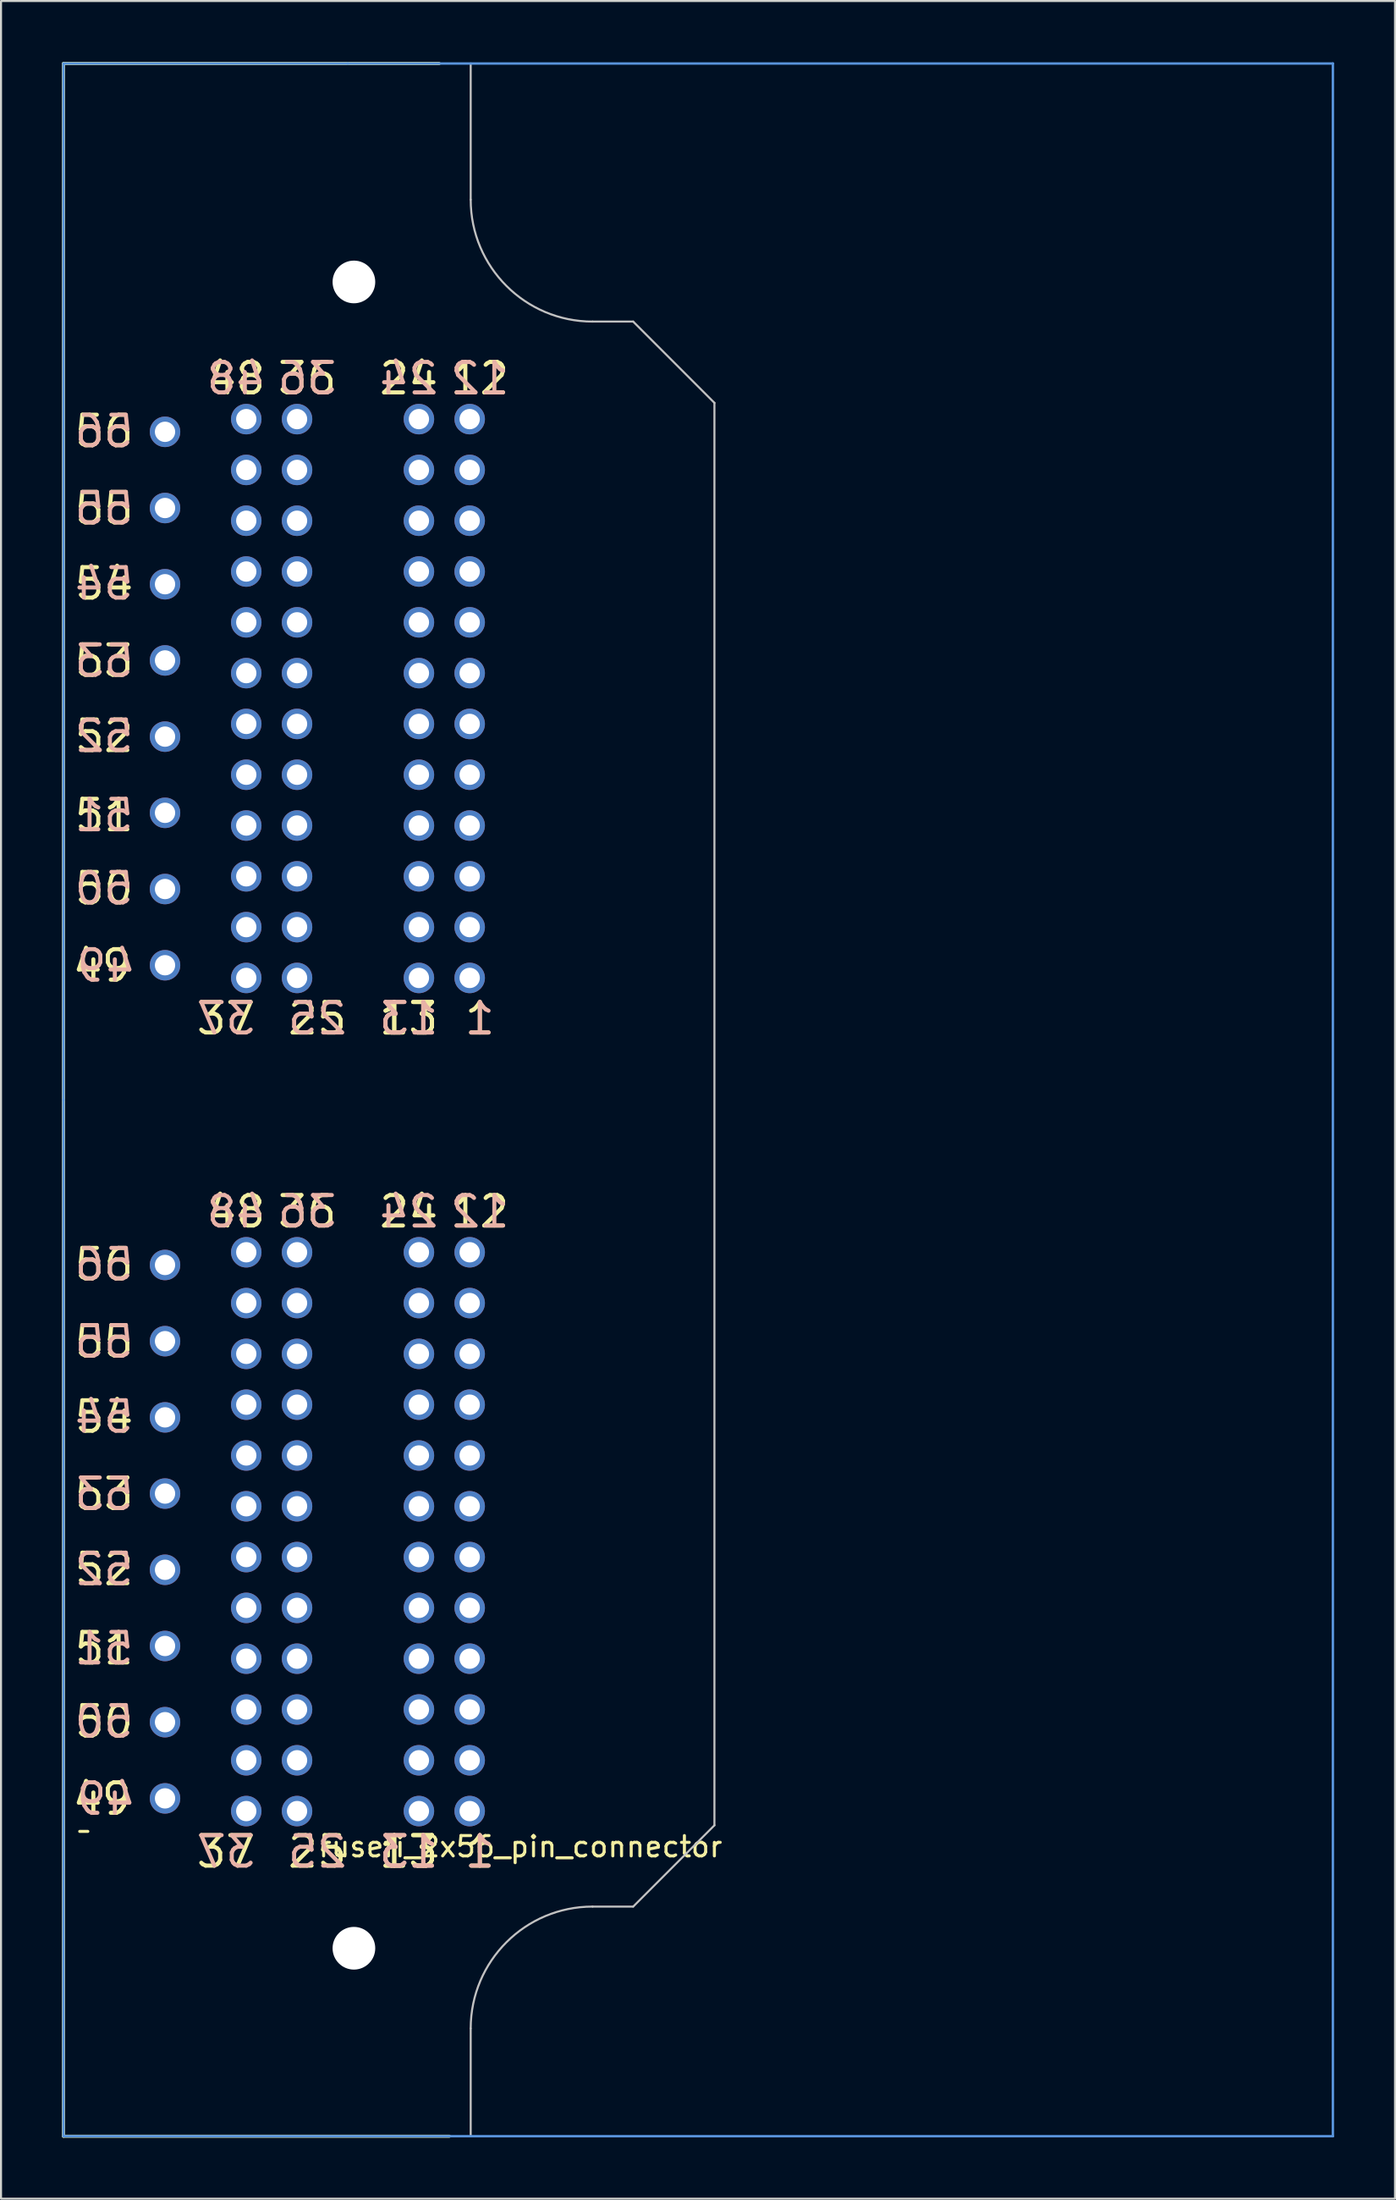
<source format=kicad_pcb>
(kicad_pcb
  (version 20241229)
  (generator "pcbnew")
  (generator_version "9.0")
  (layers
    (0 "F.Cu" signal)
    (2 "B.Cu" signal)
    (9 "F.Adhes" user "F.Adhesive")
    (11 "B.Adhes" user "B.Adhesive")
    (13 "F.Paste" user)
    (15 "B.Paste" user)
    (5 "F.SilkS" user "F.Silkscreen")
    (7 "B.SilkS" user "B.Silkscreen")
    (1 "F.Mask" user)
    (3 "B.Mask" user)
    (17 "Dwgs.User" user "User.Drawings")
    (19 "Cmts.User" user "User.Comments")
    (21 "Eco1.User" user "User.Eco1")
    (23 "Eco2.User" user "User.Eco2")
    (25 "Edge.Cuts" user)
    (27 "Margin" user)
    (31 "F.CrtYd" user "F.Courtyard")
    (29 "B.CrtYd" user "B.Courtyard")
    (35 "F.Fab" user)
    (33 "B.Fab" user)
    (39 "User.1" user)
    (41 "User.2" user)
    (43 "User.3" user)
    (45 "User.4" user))
  (footprint "rusefi_2x56_pin_connector"
    (layer "F.Cu")
    (at 20.075 86.075)
    (property "Reference" "rusefi_2x56_pin_connector" (at 2.5 1.75 0) (layer "F.SilkS") (effects (font (size 1 1) (thickness 0.15))))
    (attr through_hole)
    (fp_line (start -20 -86) (end -20 16) (stroke (width 0.15) (type solid)) (layer "F.SilkS"))
    (fp_line (start -20 16) (end -1 16) (stroke (width 0.15) (type solid)) (layer "F.SilkS"))
    (fp_line (start -19.2 1) (end -18.8 1) (stroke (width 0.15) (type solid)) (layer "F.SilkS"))
    (fp_line (start -1.5 -86) (end -20 -86) (stroke (width 0.15) (type solid)) (layer "F.SilkS"))
    (fp_line (start 0.05 -86) (end 0.05 -79.3) (stroke (width 0.1) (type solid)) (layer "Dwgs.User"))
    (fp_line (start 0.05 16) (end 0.05 10.7) (stroke (width 0.1) (type solid)) (layer "Dwgs.User"))
    (fp_line (start 6.05 -73.3) (end 8.05 -73.3) (stroke (width 0.1) (type solid)) (layer "Dwgs.User"))
    (fp_line (start 6.05 4.7) (end 8.05 4.7) (stroke (width 0.1) (type solid)) (layer "Dwgs.User"))
    (fp_line (start 8.05 -73.3) (end 12.05 -69.3) (stroke (width 0.1) (type solid)) (layer "Dwgs.User"))
    (fp_line (start 8.05 4.7) (end 12.05 0.7) (stroke (width 0.1) (type solid)) (layer "Dwgs.User"))
    (fp_line (start 12.05 -69.3) (end 12.05 0.7) (stroke (width 0.1) (type solid)) (layer "Dwgs.User"))
    (fp_arc (start 0.050009 10.689528) (mid 1.811063 6.453658) (end 6.05 4.7) (stroke (width 0.1) (type solid)) (layer "Dwgs.User"))
    (fp_arc (start 6.05 -73.3) (mid 1.807359 -75.057359) (end 0.05 -79.3) (stroke (width 0.1) (type solid)) (layer "Dwgs.User"))
    (fp_line (start -20 -35) (end -20 -86) (stroke (width 0.12) (type solid)) (layer "Cmts.User"))
    (fp_line (start -20 -35) (end -20 16) (stroke (width 0.12) (type solid)) (layer "Cmts.User"))
    (fp_line (start -6 -86) (end -20 -86) (stroke (width 0.12) (type solid)) (layer "Cmts.User"))
    (fp_line (start -6 -86) (end 42.5 -86) (stroke (width 0.12) (type solid)) (layer "Cmts.User"))
    (fp_line (start 42.5 -86) (end 42.5 16) (stroke (width 0.12) (type solid)) (layer "Cmts.User"))
    (fp_line (start 42.5 16) (end -20 16) (stroke (width 0.12) (type solid)) (layer "Cmts.User"))
    (fp_text user "55" (at -18 -23.1 0) (layer "F.SilkS") (effects (font (size 1.5 1.5) (thickness 0.2))))
    (fp_text user "56" (at -18 -67.9 0) (layer "F.SilkS") (effects (font (size 1.5 1.5) (thickness 0.2))))
    (fp_text user "25" (at -7.5 2 0) (layer "F.SilkS") (effects (font (size 1.5 1.5) (thickness 0.2))))
    (fp_text user "25" (at -7.5 -39 0) (layer "F.SilkS") (effects (font (size 1.5 1.5) (thickness 0.2))))
    (fp_text user "56" (at -18 -26.9 0) (layer "F.SilkS") (effects (font (size 1.5 1.5) (thickness 0.2))))
    (fp_text user "53" (at -18 -56.6 0) (layer "F.SilkS") (effects (font (size 1.5 1.5) (thickness 0.2))))
    (fp_text user "53" (at -18 -15.6 0) (layer "F.SilkS") (effects (font (size 1.5 1.5) (thickness 0.2))))
    (fp_text user "1" (at 0.5 -39 0) (layer "F.SilkS") (effects (font (size 1.5 1.5) (thickness 0.2))))
    (fp_text user "13" (at -3 2 0) (layer "F.SilkS") (effects (font (size 1.5 1.5) (thickness 0.2))))
    (fp_text user "12" (at 0.5 -70.5 0) (layer "F.SilkS") (effects (font (size 1.5 1.5) (thickness 0.2))))
    (fp_text user "24" (at -3 -29.5 0) (layer "F.SilkS") (effects (font (size 1.5 1.5) (thickness 0.2))))
    (fp_text user "37" (at -12 2 0) (layer "F.SilkS") (effects (font (size 1.5 1.5) (thickness 0.2))))
    (fp_text user "36" (at -8 -29.5 0) (layer "F.SilkS") (effects (font (size 1.5 1.5) (thickness 0.2))))
    (fp_text user "13" (at -3 2 0) (layer "F.SilkS") (effects (font (size 1.5 1.5) (thickness 0.2))))
    (fp_text user "37" (at -12 -39 0) (layer "F.SilkS") (effects (font (size 1.5 1.5) (thickness 0.2))))
    (fp_text user "50" (at -18 -4.4 0) (layer "F.SilkS") (effects (font (size 1.5 1.5) (thickness 0.2))))
    (fp_text user "51" (at -18 -8 0) (layer "F.SilkS") (effects (font (size 1.5 1.5) (thickness 0.2))))
    (fp_text user "54" (at -18 -19.4 0) (layer "F.SilkS") (effects (font (size 1.5 1.5) (thickness 0.2))))
    (fp_text user "48" (at -11.5 -70.5 0) (layer "F.SilkS") (effects (font (size 1.5 1.5) (thickness 0.2))))
    (fp_text user "36" (at -8 -70.5 0) (layer "F.SilkS") (effects (font (size 1.5 1.5) (thickness 0.2))))
    (fp_text user "54" (at -18 -60.4 0) (layer "F.SilkS") (effects (font (size 1.5 1.5) (thickness 0.2))))
    (fp_text user "13" (at -3 -39 0) (layer "F.SilkS") (effects (font (size 1.5 1.5) (thickness 0.2))))
    (fp_text user "52" (at -18 -52.9 0) (layer "F.SilkS") (effects (font (size 1.5 1.5) (thickness 0.2))))
    (fp_text user "49" (at -18.1 -0.6 0) (layer "F.SilkS") (effects (font (size 1.5 1.5) (thickness 0.2))))
    (fp_text user "24" (at -3 -70.5 0) (layer "F.SilkS") (effects (font (size 1.5 1.5) (thickness 0.2))))
    (fp_text user "52" (at -18 -11.9 0) (layer "F.SilkS") (effects (font (size 1.5 1.5) (thickness 0.2))))
    (fp_text user "48" (at -11.5 -29.5 0) (layer "F.SilkS") (effects (font (size 1.5 1.5) (thickness 0.2))))
    (fp_text user "13" (at -3 -39 0) (layer "F.SilkS") (effects (font (size 1.5 1.5) (thickness 0.2))))
    (fp_text user "1" (at 0.5 2 0) (layer "F.SilkS") (effects (font (size 1.5 1.5) (thickness 0.2))))
    (fp_text user "12" (at 0.5 -29.5 0) (layer "F.SilkS") (effects (font (size 1.5 1.5) (thickness 0.2))))
    (fp_text user "55" (at -18 -64.1 0) (layer "F.SilkS") (effects (font (size 1.5 1.5) (thickness 0.2))))
    (fp_text user "50" (at -18 -45.4 0) (layer "F.SilkS") (effects (font (size 1.5 1.5) (thickness 0.2))))
    (fp_text user "51" (at -18 -49 0) (layer "F.SilkS") (effects (font (size 1.5 1.5) (thickness 0.2))))
    (fp_text user "49" (at -18.1 -41.6 0) (layer "F.SilkS") (effects (font (size 1.5 1.5) (thickness 0.2))))
    (fp_text user "37" (at -12 -39 0) (layer "B.SilkS") (effects (font (size 1.5 1.5) (thickness 0.2)) (justify mirror)))
    (fp_text user "49" (at -17.9 -0.6 180) (layer "B.SilkS") (effects (font (size 1.5 1.5) (thickness 0.2)) (justify mirror)))
    (fp_text user "55" (at -18 -23.1 180) (layer "B.SilkS") (effects (font (size 1.5 1.5) (thickness 0.2)) (justify mirror)))
    (fp_text user "54" (at -18 -60.4 180) (layer "B.SilkS") (effects (font (size 1.5 1.5) (thickness 0.2)) (justify mirror)))
    (fp_text user "25" (at -7.5 -39 0) (layer "B.SilkS") (effects (font (size 1.5 1.5) (thickness 0.2)) (justify mirror)))
    (fp_text user "48" (at -11.5 -70.5 0) (layer "B.SilkS") (effects (font (size 1.5 1.5) (thickness 0.2)) (justify mirror)))
    (fp_text user "50" (at -18 -4.4 180) (layer "B.SilkS") (effects (font (size 1.5 1.5) (thickness 0.2)) (justify mirror)))
    (fp_text user "24" (at -3 -29.5 0) (layer "B.SilkS") (effects (font (size 1.5 1.5) (thickness 0.2)) (justify mirror)))
    (fp_text user "24" (at -3 -70.5 0) (layer "B.SilkS") (effects (font (size 1.5 1.5) (thickness 0.2)) (justify mirror)))
    (fp_text user "56" (at -18 -26.9 180) (layer "B.SilkS") (effects (font (size 1.5 1.5) (thickness 0.2)) (justify mirror)))
    (fp_text user "13" (at -3 2 0) (layer "B.SilkS") (effects (font (size 1.5 1.5) (thickness 0.2)) (justify mirror)))
    (fp_text user "1" (at 0.5 -39 0) (layer "B.SilkS") (effects (font (size 1.5 1.5) (thickness 0.2)) (justify mirror)))
    (fp_text user "49" (at -17.9 -41.6 180) (layer "B.SilkS") (effects (font (size 1.5 1.5) (thickness 0.2)) (justify mirror)))
    (fp_text user "12" (at 0.5 -70.5 0) (layer "B.SilkS") (effects (font (size 1.5 1.5) (thickness 0.2)) (justify mirror)))
    (fp_text user "13" (at -3 -39 0) (layer "B.SilkS") (effects (font (size 1.5 1.5) (thickness 0.2)) (justify mirror)))
    (fp_text user "1" (at 0.5 2 0) (layer "B.SilkS") (effects (font (size 1.5 1.5) (thickness 0.2)) (justify mirror)))
    (fp_text user "13" (at -3 -39 0) (layer "B.SilkS") (effects (font (size 1.5 1.5) (thickness 0.2)) (justify mirror)))
    (fp_text user "37" (at -12 2 0) (layer "B.SilkS") (effects (font (size 1.5 1.5) (thickness 0.2)) (justify mirror)))
    (fp_text user "55" (at -18 -64.1 180) (layer "B.SilkS") (effects (font (size 1.5 1.5) (thickness 0.2)) (justify mirror)))
    (fp_text user "51" (at -18 -49 180) (layer "B.SilkS") (effects (font (size 1.5 1.5) (thickness 0.2)) (justify mirror)))
    (fp_text user "50" (at -18 -45.4 180) (layer "B.SilkS") (effects (font (size 1.5 1.5) (thickness 0.2)) (justify mirror)))
    (fp_text user "36" (at -8 -29.5 0) (layer "B.SilkS") (effects (font (size 1.5 1.5) (thickness 0.2)) (justify mirror)))
    (fp_text user "53" (at -18 -56.6 180) (layer "B.SilkS") (effects (font (size 1.5 1.5) (thickness 0.2)) (justify mirror)))
    (fp_text user "48" (at -11.5 -29.5 0) (layer "B.SilkS") (effects (font (size 1.5 1.5) (thickness 0.2)) (justify mirror)))
    (fp_text user "54" (at -18 -19.4 180) (layer "B.SilkS") (effects (font (size 1.5 1.5) (thickness 0.2)) (justify mirror)))
    (fp_text user "36" (at -8 -70.5 0) (layer "B.SilkS") (effects (font (size 1.5 1.5) (thickness 0.2)) (justify mirror)))
    (fp_text user "51" (at -18 -8 180) (layer "B.SilkS") (effects (font (size 1.5 1.5) (thickness 0.2)) (justify mirror)))
    (fp_text user "52" (at -18 -52.9 180) (layer "B.SilkS") (effects (font (size 1.5 1.5) (thickness 0.2)) (justify mirror)))
    (fp_text user "53" (at -18 -15.6 180) (layer "B.SilkS") (effects (font (size 1.5 1.5) (thickness 0.2)) (justify mirror)))
    (fp_text user "25" (at -7.5 2 0) (layer "B.SilkS") (effects (font (size 1.5 1.5) (thickness 0.2)) (justify mirror)))
    (fp_text user "12" (at 0.5 -29.5 0) (layer "B.SilkS") (effects (font (size 1.5 1.5) (thickness 0.2)) (justify mirror)))
    (fp_text user "13" (at -3 2 0) (layer "B.SilkS") (effects (font (size 1.5 1.5) (thickness 0.2)) (justify mirror)))
    (fp_text user "56" (at -18 -67.9 180) (layer "B.SilkS") (effects (font (size 1.5 1.5) (thickness 0.2)) (justify mirror)))
    (fp_text user "52" (at -18 -11.9 180) (layer "B.SilkS") (effects (font (size 1.5 1.5) (thickness 0.2)) (justify mirror)))
    (pad "" np_thru_hole circle (at -5.7 -75.25) (size 2.1 2.1) (drill 2.1) (layers "*.Cu" "*.Mask"))
    (pad "" np_thru_hole circle (at -5.7 6.75) (size 2.1 2.1) (drill 2.1) (layers "*.Cu" "*.Mask"))
    (pad "1" thru_hole circle (at 0 0) (size 1.5 1.5) (drill 1) (layers "*.Cu" "*.Mask"))
    (pad "2" thru_hole circle (at 0 -2.5) (size 1.5 1.5) (drill 1) (layers "*.Cu" "*.Mask"))
    (pad "3" thru_hole circle (at 0 -5) (size 1.5 1.5) (drill 1) (layers "*.Cu" "*.Mask"))
    (pad "4" thru_hole circle (at 0 -7.5) (size 1.5 1.5) (drill 1) (layers "*.Cu" "*.Mask"))
    (pad "5" thru_hole circle (at 0 -10) (size 1.5 1.5) (drill 1) (layers "*.Cu" "*.Mask"))
    (pad "6" thru_hole circle (at 0 -12.5) (size 1.5 1.5) (drill 1) (layers "*.Cu" "*.Mask"))
    (pad "7" thru_hole circle (at 0 -15) (size 1.5 1.5) (drill 1) (layers "*.Cu" "*.Mask"))
    (pad "8" thru_hole circle (at 0 -17.5) (size 1.5 1.5) (drill 1) (layers "*.Cu" "*.Mask"))
    (pad "9" thru_hole circle (at 0 -20) (size 1.5 1.5) (drill 1) (layers "*.Cu" "*.Mask"))
    (pad "10" thru_hole circle (at 0 -22.5) (size 1.5 1.5) (drill 1) (layers "*.Cu" "*.Mask"))
    (pad "11" thru_hole circle (at 0 -25) (size 1.5 1.5) (drill 1) (layers "*.Cu" "*.Mask"))
    (pad "12" thru_hole circle (at 0 -27.5) (size 1.5 1.5) (drill 1) (layers "*.Cu" "*.Mask"))
    (pad "13" thru_hole circle (at -2.5 0) (size 1.5 1.5) (drill 1) (layers "*.Cu" "*.Mask"))
    (pad "14" thru_hole circle (at -2.5 -2.5) (size 1.5 1.5) (drill 1) (layers "*.Cu" "*.Mask"))
    (pad "15" thru_hole circle (at -2.5 -5) (size 1.5 1.5) (drill 1) (layers "*.Cu" "*.Mask"))
    (pad "16" thru_hole circle (at -2.5 -7.5) (size 1.5 1.5) (drill 1) (layers "*.Cu" "*.Mask"))
    (pad "17" thru_hole circle (at -2.5 -10) (size 1.5 1.5) (drill 1) (layers "*.Cu" "*.Mask"))
    (pad "18" thru_hole circle (at -2.5 -12.5) (size 1.5 1.5) (drill 1) (layers "*.Cu" "*.Mask"))
    (pad "19" thru_hole circle (at -2.5 -15) (size 1.5 1.5) (drill 1) (layers "*.Cu" "*.Mask"))
    (pad "20" thru_hole circle (at -2.5 -17.5) (size 1.5 1.5) (drill 1) (layers "*.Cu" "*.Mask"))
    (pad "21" thru_hole circle (at -2.5 -20) (size 1.5 1.5) (drill 1) (layers "*.Cu" "*.Mask"))
    (pad "22" thru_hole circle (at -2.5 -22.5) (size 1.5 1.5) (drill 1) (layers "*.Cu" "*.Mask"))
    (pad "23" thru_hole circle (at -2.5 -25) (size 1.5 1.5) (drill 1) (layers "*.Cu" "*.Mask"))
    (pad "24" thru_hole circle (at -2.5 -27.5) (size 1.5 1.5) (drill 1) (layers "*.Cu" "*.Mask"))
    (pad "25" thru_hole circle (at -8.5 0) (size 1.5 1.5) (drill 1) (layers "*.Cu" "*.Mask"))
    (pad "26" thru_hole circle (at -8.5 -2.5) (size 1.5 1.5) (drill 1) (layers "*.Cu" "*.Mask"))
    (pad "27" thru_hole circle (at -8.5 -5) (size 1.5 1.5) (drill 1) (layers "*.Cu" "*.Mask"))
    (pad "28" thru_hole circle (at -8.5 -7.5) (size 1.5 1.5) (drill 1) (layers "*.Cu" "*.Mask"))
    (pad "29" thru_hole circle (at -8.5 -10) (size 1.5 1.5) (drill 1) (layers "*.Cu" "*.Mask"))
    (pad "30" thru_hole circle (at -8.5 -12.5) (size 1.5 1.5) (drill 1) (layers "*.Cu" "*.Mask"))
    (pad "31" thru_hole circle (at -8.5 -15) (size 1.5 1.5) (drill 1) (layers "*.Cu" "*.Mask"))
    (pad "32" thru_hole circle (at -8.5 -17.5) (size 1.5 1.5) (drill 1) (layers "*.Cu" "*.Mask"))
    (pad "33" thru_hole circle (at -8.5 -20) (size 1.5 1.5) (drill 1) (layers "*.Cu" "*.Mask"))
    (pad "34" thru_hole circle (at -8.5 -22.5) (size 1.5 1.5) (drill 1) (layers "*.Cu" "*.Mask"))
    (pad "35" thru_hole circle (at -8.5 -25) (size 1.5 1.5) (drill 1) (layers "*.Cu" "*.Mask"))
    (pad "36" thru_hole circle (at -8.5 -27.5) (size 1.5 1.5) (drill 1) (layers "*.Cu" "*.Mask"))
    (pad "37" thru_hole circle (at -11 0) (size 1.5 1.5) (drill 1) (layers "*.Cu" "*.Mask"))
    (pad "38" thru_hole circle (at -11 -2.5) (size 1.5 1.5) (drill 1) (layers "*.Cu" "*.Mask"))
    (pad "39" thru_hole circle (at -11 -5) (size 1.5 1.5) (drill 1) (layers "*.Cu" "*.Mask"))
    (pad "40" thru_hole circle (at -11 -7.5) (size 1.5 1.5) (drill 1) (layers "*.Cu" "*.Mask"))
    (pad "41" thru_hole circle (at -11 -10) (size 1.5 1.5) (drill 1) (layers "*.Cu" "*.Mask"))
    (pad "42" thru_hole circle (at -11 -12.5) (size 1.5 1.5) (drill 1) (layers "*.Cu" "*.Mask"))
    (pad "43" thru_hole circle (at -11 -15) (size 1.5 1.5) (drill 1) (layers "*.Cu" "*.Mask"))
    (pad "44" thru_hole circle (at -11 -17.5) (size 1.5 1.5) (drill 1) (layers "*.Cu" "*.Mask"))
    (pad "45" thru_hole circle (at -11 -20) (size 1.5 1.5) (drill 1) (layers "*.Cu" "*.Mask"))
    (pad "46" thru_hole circle (at -11 -22.5) (size 1.5 1.5) (drill 1) (layers "*.Cu" "*.Mask"))
    (pad "47" thru_hole circle (at -11 -25) (size 1.5 1.5) (drill 1) (layers "*.Cu" "*.Mask"))
    (pad "48" thru_hole circle (at -11 -27.5) (size 1.5 1.5) (drill 1) (layers "*.Cu" "*.Mask"))
    (pad "49" thru_hole circle (at -15 -0.625) (size 1.5 1.5) (drill 1) (layers "*.Cu" "*.Mask"))
    (pad "50" thru_hole circle (at -15 -4.375) (size 1.5 1.5) (drill 1) (layers "*.Cu" "*.Mask"))
    (pad "51" thru_hole circle (at -15 -8.125) (size 1.5 1.5) (drill 1) (layers "*.Cu" "*.Mask"))
    (pad "52" thru_hole circle (at -15 -11.875) (size 1.5 1.5) (drill 1) (layers "*.Cu" "*.Mask"))
    (pad "53" thru_hole circle (at -15 -15.625) (size 1.5 1.5) (drill 1) (layers "*.Cu" "*.Mask"))
    (pad "54" thru_hole circle (at -15 -19.375) (size 1.5 1.5) (drill 1) (layers "*.Cu" "*.Mask"))
    (pad "55" thru_hole circle (at -15 -23.125) (size 1.5 1.5) (drill 1) (layers "*.Cu" "*.Mask"))
    (pad "56" thru_hole circle (at -15 -26.875) (size 1.5 1.5) (drill 1) (layers "*.Cu" "*.Mask"))
    (pad "57" thru_hole circle (at 0 -41) (size 1.5 1.5) (drill 1) (layers "*.Cu" "*.Mask"))
    (pad "58" thru_hole circle (at 0 -43.5) (size 1.5 1.5) (drill 1) (layers "*.Cu" "*.Mask"))
    (pad "59" thru_hole circle (at 0 -46) (size 1.5 1.5) (drill 1) (layers "*.Cu" "*.Mask"))
    (pad "60" thru_hole circle (at 0 -48.5) (size 1.5 1.5) (drill 1) (layers "*.Cu" "*.Mask"))
    (pad "61" thru_hole circle (at 0 -51) (size 1.5 1.5) (drill 1) (layers "*.Cu" "*.Mask"))
    (pad "62" thru_hole circle (at 0 -53.5) (size 1.5 1.5) (drill 1) (layers "*.Cu" "*.Mask"))
    (pad "63" thru_hole circle (at 0 -56) (size 1.5 1.5) (drill 1) (layers "*.Cu" "*.Mask"))
    (pad "64" thru_hole circle (at 0 -58.5) (size 1.5 1.5) (drill 1) (layers "*.Cu" "*.Mask"))
    (pad "65" thru_hole circle (at 0 -61) (size 1.5 1.5) (drill 1) (layers "*.Cu" "*.Mask"))
    (pad "66" thru_hole circle (at 0 -63.5) (size 1.5 1.5) (drill 1) (layers "*.Cu" "*.Mask"))
    (pad "67" thru_hole circle (at 0 -66) (size 1.5 1.5) (drill 1) (layers "*.Cu" "*.Mask"))
    (pad "68" thru_hole circle (at 0 -68.5) (size 1.5 1.5) (drill 1) (layers "*.Cu" "*.Mask"))
    (pad "69" thru_hole circle (at -2.5 -41) (size 1.5 1.5) (drill 1) (layers "*.Cu" "*.Mask"))
    (pad "70" thru_hole circle (at -2.5 -43.5) (size 1.5 1.5) (drill 1) (layers "*.Cu" "*.Mask"))
    (pad "71" thru_hole circle (at -2.5 -46) (size 1.5 1.5) (drill 1) (layers "*.Cu" "*.Mask"))
    (pad "72" thru_hole circle (at -2.5 -48.5) (size 1.5 1.5) (drill 1) (layers "*.Cu" "*.Mask"))
    (pad "73" thru_hole circle (at -2.5 -51) (size 1.5 1.5) (drill 1) (layers "*.Cu" "*.Mask"))
    (pad "74" thru_hole circle (at -2.5 -53.5) (size 1.5 1.5) (drill 1) (layers "*.Cu" "*.Mask"))
    (pad "75" thru_hole circle (at -2.5 -56) (size 1.5 1.5) (drill 1) (layers "*.Cu" "*.Mask"))
    (pad "76" thru_hole circle (at -2.5 -58.5) (size 1.5 1.5) (drill 1) (layers "*.Cu" "*.Mask"))
    (pad "77" thru_hole circle (at -2.5 -61) (size 1.5 1.5) (drill 1) (layers "*.Cu" "*.Mask"))
    (pad "78" thru_hole circle (at -2.5 -63.5) (size 1.5 1.5) (drill 1) (layers "*.Cu" "*.Mask"))
    (pad "79" thru_hole circle (at -2.5 -66) (size 1.5 1.5) (drill 1) (layers "*.Cu" "*.Mask"))
    (pad "80" thru_hole circle (at -2.5 -68.5) (size 1.5 1.5) (drill 1) (layers "*.Cu" "*.Mask"))
    (pad "81" thru_hole circle (at -8.5 -41) (size 1.5 1.5) (drill 1) (layers "*.Cu" "*.Mask"))
    (pad "82" thru_hole circle (at -8.5 -43.5) (size 1.5 1.5) (drill 1) (layers "*.Cu" "*.Mask"))
    (pad "83" thru_hole circle (at -8.5 -46) (size 1.5 1.5) (drill 1) (layers "*.Cu" "*.Mask"))
    (pad "84" thru_hole circle (at -8.5 -48.5) (size 1.5 1.5) (drill 1) (layers "*.Cu" "*.Mask"))
    (pad "85" thru_hole circle (at -8.5 -51) (size 1.5 1.5) (drill 1) (layers "*.Cu" "*.Mask"))
    (pad "86" thru_hole circle (at -8.5 -53.5) (size 1.5 1.5) (drill 1) (layers "*.Cu" "*.Mask"))
    (pad "87" thru_hole circle (at -8.5 -56) (size 1.5 1.5) (drill 1) (layers "*.Cu" "*.Mask"))
    (pad "88" thru_hole circle (at -8.5 -58.5) (size 1.5 1.5) (drill 1) (layers "*.Cu" "*.Mask"))
    (pad "89" thru_hole circle (at -8.5 -61) (size 1.5 1.5) (drill 1) (layers "*.Cu" "*.Mask"))
    (pad "90" thru_hole circle (at -8.5 -63.5) (size 1.5 1.5) (drill 1) (layers "*.Cu" "*.Mask"))
    (pad "91" thru_hole circle (at -8.5 -66) (size 1.5 1.5) (drill 1) (layers "*.Cu" "*.Mask"))
    (pad "92" thru_hole circle (at -8.5 -68.5) (size 1.5 1.5) (drill 1) (layers "*.Cu" "*.Mask"))
    (pad "93" thru_hole circle (at -11 -41) (size 1.5 1.5) (drill 1) (layers "*.Cu" "*.Mask"))
    (pad "94" thru_hole circle (at -11 -43.5) (size 1.5 1.5) (drill 1) (layers "*.Cu" "*.Mask"))
    (pad "95" thru_hole circle (at -11 -46) (size 1.5 1.5) (drill 1) (layers "*.Cu" "*.Mask"))
    (pad "96" thru_hole circle (at -11 -48.5) (size 1.5 1.5) (drill 1) (layers "*.Cu" "*.Mask"))
    (pad "97" thru_hole circle (at -11 -51) (size 1.5 1.5) (drill 1) (layers "*.Cu" "*.Mask"))
    (pad "98" thru_hole circle (at -11 -53.5) (size 1.5 1.5) (drill 1) (layers "*.Cu" "*.Mask"))
    (pad "99" thru_hole circle (at -11 -56) (size 1.5 1.5) (drill 1) (layers "*.Cu" "*.Mask"))
    (pad "100" thru_hole circle (at -11 -58.5) (size 1.5 1.5) (drill 1) (layers "*.Cu" "*.Mask"))
    (pad "101" thru_hole circle (at -11 -61) (size 1.5 1.5) (drill 1) (layers "*.Cu" "*.Mask"))
    (pad "102" thru_hole circle (at -11 -63.5) (size 1.5 1.5) (drill 1) (layers "*.Cu" "*.Mask"))
    (pad "103" thru_hole circle (at -11 -66) (size 1.5 1.5) (drill 1) (layers "*.Cu" "*.Mask"))
    (pad "104" thru_hole circle (at -11 -68.5) (size 1.5 1.5) (drill 1) (layers "*.Cu" "*.Mask"))
    (pad "105" thru_hole circle (at -15 -41.625) (size 1.5 1.5) (drill 1) (layers "*.Cu" "*.Mask"))
    (pad "106" thru_hole circle (at -15 -45.375) (size 1.5 1.5) (drill 1) (layers "*.Cu" "*.Mask"))
    (pad "107" thru_hole circle (at -15 -49.125) (size 1.5 1.5) (drill 1) (layers "*.Cu" "*.Mask"))
    (pad "108" thru_hole circle (at -15 -52.875) (size 1.5 1.5) (drill 1) (layers "*.Cu" "*.Mask"))
    (pad "109" thru_hole circle (at -15 -56.625) (size 1.5 1.5) (drill 1) (layers "*.Cu" "*.Mask"))
    (pad "110" thru_hole circle (at -15 -60.375) (size 1.5 1.5) (drill 1) (layers "*.Cu" "*.Mask"))
    (pad "111" thru_hole circle (at -15 -64.125) (size 1.5 1.5) (drill 1) (layers "*.Cu" "*.Mask"))
    (pad "112" thru_hole circle (at -15 -67.875) (size 1.5 1.5) (drill 1) (layers "*.Cu" "*.Mask")))
  (gr_rect
    (start -3 -3)
    (end 65.635 105.15)
    (stroke (width 0.1) (type default))
    (fill no)
    (layer "Edge.Cuts")))
</source>
